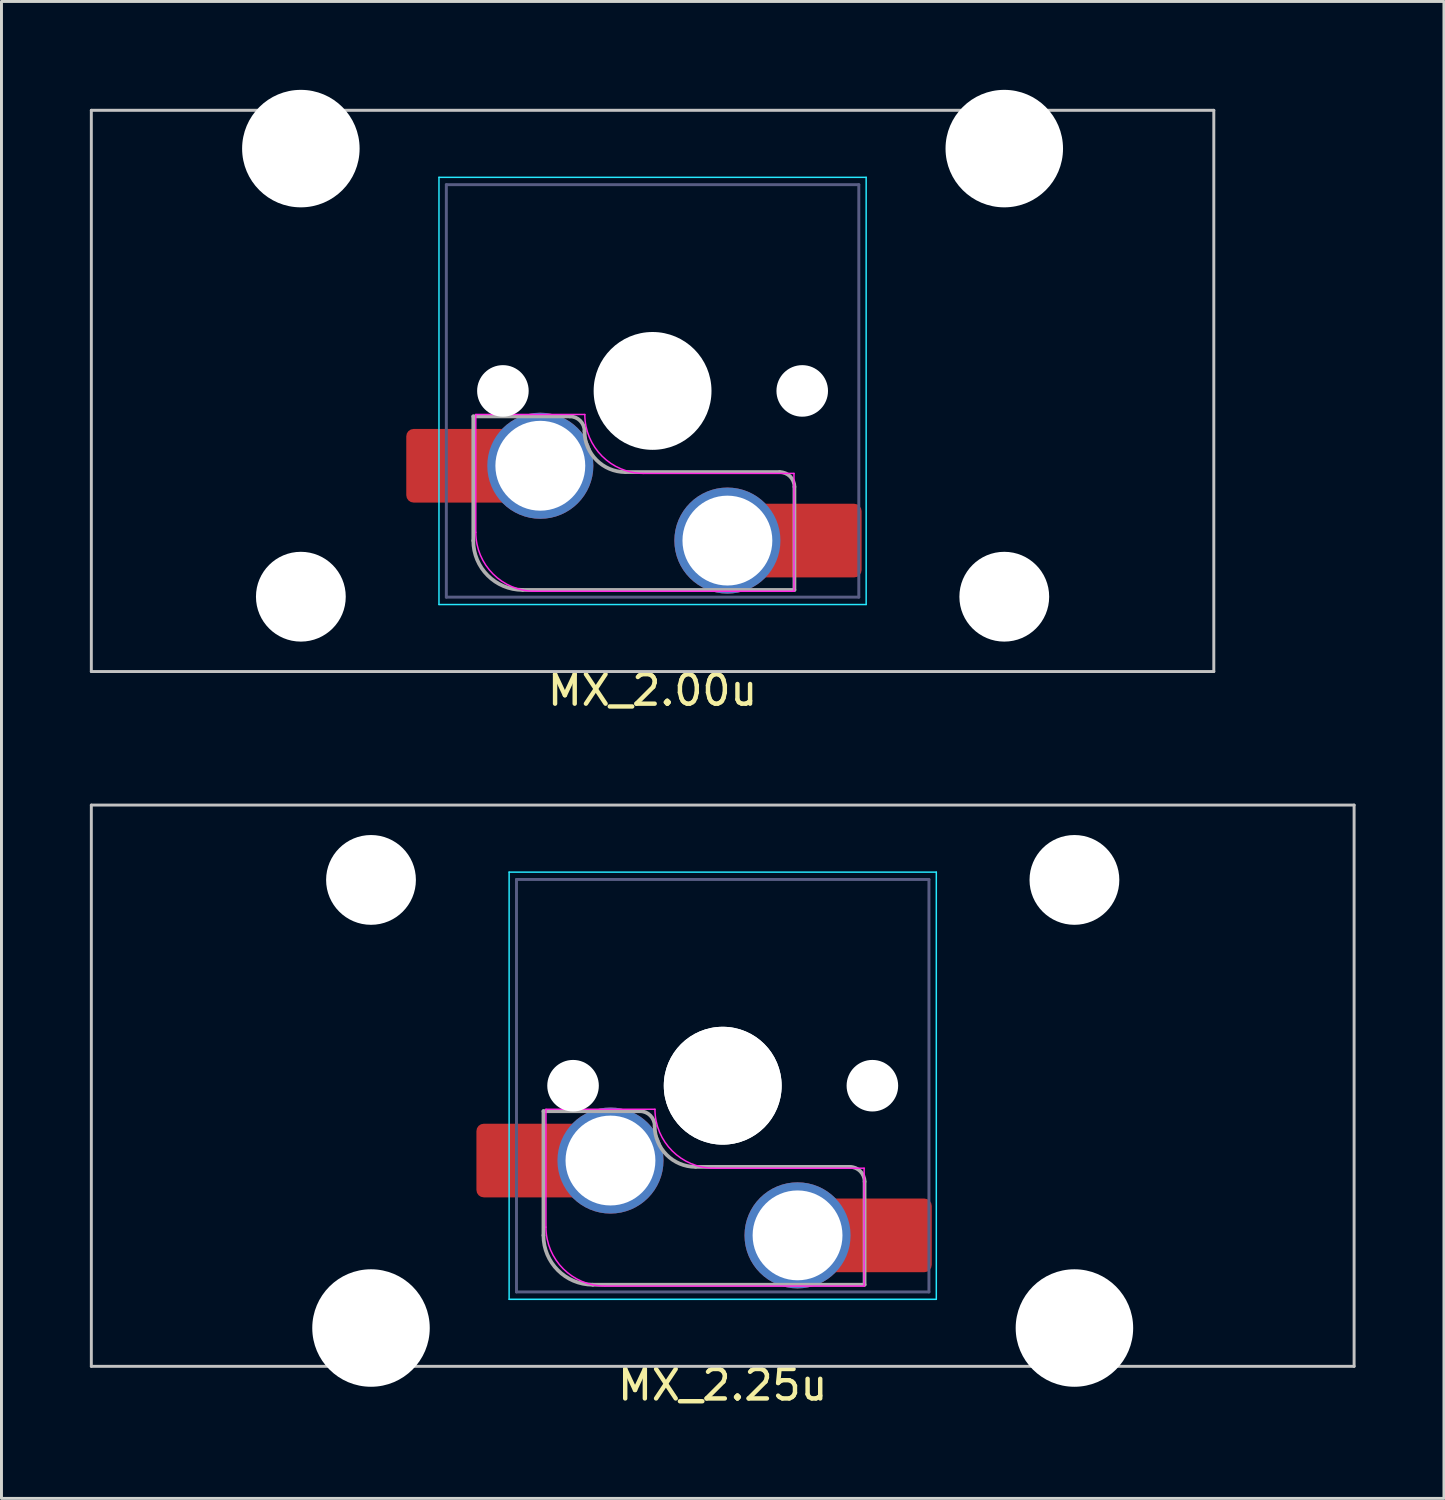
<source format=kicad_pcb>
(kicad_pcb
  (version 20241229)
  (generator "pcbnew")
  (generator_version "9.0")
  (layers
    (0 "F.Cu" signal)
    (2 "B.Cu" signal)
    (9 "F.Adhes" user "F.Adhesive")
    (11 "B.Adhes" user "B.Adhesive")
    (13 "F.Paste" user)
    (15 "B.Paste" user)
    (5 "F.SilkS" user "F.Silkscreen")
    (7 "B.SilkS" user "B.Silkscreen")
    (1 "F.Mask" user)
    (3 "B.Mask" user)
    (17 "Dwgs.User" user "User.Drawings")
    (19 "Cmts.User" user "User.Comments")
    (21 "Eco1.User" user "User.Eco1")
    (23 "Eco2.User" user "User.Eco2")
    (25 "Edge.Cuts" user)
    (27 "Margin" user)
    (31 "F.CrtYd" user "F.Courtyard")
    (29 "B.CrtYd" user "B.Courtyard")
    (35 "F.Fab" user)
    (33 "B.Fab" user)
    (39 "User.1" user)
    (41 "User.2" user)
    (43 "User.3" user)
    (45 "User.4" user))
  (footprint "MX_2.25u"
    (layer "F.Cu")
    (at 20.846 37.612)
    (property "Reference" "MX_2.25u" (at 0.635 6.35 0) (layer "F.SilkS") (effects (font (size 1 1) (thickness 0.15))))
    (attr smd)
    (fp_line (start -20.796 -13.335) (end -20.796 5.715) (stroke (width 0.1) (type solid)) (layer "Dwgs.User"))
    (fp_line (start -20.796 5.715) (end 22.066 5.715) (stroke (width 0.1) (type solid)) (layer "Dwgs.User"))
    (fp_line (start 22.066 -13.335) (end -20.796 -13.335) (stroke (width 0.1) (type solid)) (layer "Dwgs.User"))
    (fp_line (start 22.066 5.715) (end 22.066 -13.335) (stroke (width 0.1) (type solid)) (layer "Dwgs.User"))
    (fp_line (start -14.678 -9.34) (end -14.678 2.96) (stroke (width 0.1) (type solid)) (layer "Eco1.User"))
    (fp_line (start -14.678 2.96) (end -7.928 2.96) (stroke (width 0.1) (type solid)) (layer "Eco1.User"))
    (fp_line (start -7.928 -9.34) (end -14.678 -9.34) (stroke (width 0.1) (type solid)) (layer "Eco1.User"))
    (fp_line (start -7.928 2.96) (end -7.928 -9.34) (stroke (width 0.1) (type solid)) (layer "Eco1.User"))
    (fp_line (start 9.198 -9.34) (end 9.198 2.96) (stroke (width 0.1) (type solid)) (layer "Eco1.User"))
    (fp_line (start 9.198 2.96) (end 15.948 2.96) (stroke (width 0.1) (type solid)) (layer "Eco1.User"))
    (fp_line (start 15.948 -9.34) (end 9.198 -9.34) (stroke (width 0.1) (type solid)) (layer "Eco1.User"))
    (fp_line (start 15.948 2.96) (end 15.948 -9.34) (stroke (width 0.1) (type solid)) (layer "Eco1.User"))
    (fp_line (start -6.615 -11.06) (end -6.615 3.44) (stroke (width 0.05) (type solid)) (layer "B.CrtYd"))
    (fp_line (start -6.615 3.44) (end 7.885 3.44) (stroke (width 0.05) (type solid)) (layer "B.CrtYd"))
    (fp_line (start 7.885 -11.06) (end -6.615 -11.06) (stroke (width 0.05) (type solid)) (layer "B.CrtYd"))
    (fp_line (start 7.885 3.44) (end 7.885 -11.06) (stroke (width 0.05) (type solid)) (layer "B.CrtYd"))
    (fp_line (start -5.365 0.99) (end -5.365 -3.01) (stroke (width 0.05) (type solid)) (layer "F.CrtYd"))
    (fp_line (start -1.665 -3.01) (end -5.365 -3.01) (stroke (width 0.05) (type solid)) (layer "F.CrtYd"))
    (fp_line (start 5.435 -1.01) (end 0.335 -1.01) (stroke (width 0.05) (type solid)) (layer "F.CrtYd"))
    (fp_line (start 5.435 -1.01) (end 5.435 2.99) (stroke (width 0.05) (type solid)) (layer "F.CrtYd"))
    (fp_line (start 5.435 2.99) (end -3.365 2.99) (stroke (width 0.05) (type solid)) (layer "F.CrtYd"))
    (fp_arc (start -3.365 2.99) (mid -4.779214 2.404214) (end -5.365 0.99) (stroke (width 0.05) (type solid)) (layer "F.CrtYd"))
    (fp_arc (start 0.335 -1.01) (mid -1.079214 -1.595786) (end -1.665 -3.01) (stroke (width 0.05) (type solid)) (layer "F.CrtYd"))
    (fp_line (start -6.365 -10.81) (end -6.365 3.19) (stroke (width 0.1) (type solid)) (layer "B.Fab"))
    (fp_line (start -6.365 3.19) (end 7.635 3.19) (stroke (width 0.1) (type solid)) (layer "B.Fab"))
    (fp_line (start 7.635 -10.81) (end -6.365 -10.81) (stroke (width 0.1) (type solid)) (layer "B.Fab"))
    (fp_line (start 7.635 3.19) (end 7.635 -10.81) (stroke (width 0.1) (type solid)) (layer "B.Fab"))
    (fp_line (start -5.45 -2.945) (end -2.175 -2.945) (stroke (width 0.127) (type solid)) (layer "F.Fab"))
    (fp_line (start -5.45 1.27) (end -5.45 -2.945) (stroke (width 0.127) (type solid)) (layer "F.Fab"))
    (fp_line (start -0.285 -1.055) (end 4.95 -1.055) (stroke (width 0.127) (type solid)) (layer "F.Fab"))
    (fp_line (start 5.45 -0.555) (end 5.45 2.945) (stroke (width 0.127) (type solid)) (layer "F.Fab"))
    (fp_line (start 5.45 2.945) (end -3.775 2.945) (stroke (width 0.127) (type solid)) (layer "F.Fab"))
    (fp_arc (start -3.775 2.945) (mid -4.959404 2.454404) (end -5.45 1.27) (stroke (width 0.127) (type solid)) (layer "F.Fab"))
    (fp_arc (start -2.175 -2.945) (mid -1.821447 -2.798553) (end -1.675 -2.445) (stroke (width 0.127) (type solid)) (layer "F.Fab"))
    (fp_arc (start -0.285 -1.055) (mid -1.267878 -1.462122) (end -1.675 -2.445) (stroke (width 0.127) (type solid)) (layer "F.Fab"))
    (fp_arc (start 4.95 -1.055) (mid 5.303553 -0.908553) (end 5.45 -0.555) (stroke (width 0.127) (type solid)) (layer "F.Fab"))
    (pad "" np_thru_hole circle (at -11.303 -10.795) (size 3.048 3.048) (drill 3.048) (layers "*.Cu" "*.Mask"))
    (pad "" np_thru_hole circle (at -11.303 4.415) (size 3.988 3.988) (drill 3.988) (layers "*.Cu" "*.Mask"))
    (pad "" np_thru_hole circle (at -4.445 -3.81 180) (size 1.75 1.75) (drill 1.75) (layers "*.Cu" "*.Mask"))
    (pad "" np_thru_hole circle (at 0.635 -3.81 180) (size 4 4) (drill 4) (layers "*.Cu" "*.Mask"))
    (pad "" np_thru_hole circle (at 0.635 -3.81 180) (size 4 4) (drill 4) (layers "*.Cu" "*.Mask"))
    (pad "" np_thru_hole circle (at 5.715 -3.81 180) (size 1.75 1.75) (drill 1.75) (layers "*.Cu" "*.Mask"))
    (pad "" np_thru_hole circle (at 12.573 -10.795) (size 3.048 3.048) (drill 3.048) (layers "*.Cu" "*.Mask"))
    (pad "" np_thru_hole circle (at 12.573 4.415) (size 3.988 3.988) (drill 3.988) (layers "*.Cu" "*.Mask"))
    (pad "1" smd roundrect (at -5.95 -1.27 180) (size 3.55 2.5) (layers "F.Cu") (roundrect_rratio 0.1))
    (pad "1" thru_hole circle (at -3.175 -1.27 180) (size 3.6 3.6) (drill 3.05) (layers "*.Cu" "*.Mask"))
    (pad "2" thru_hole circle (at 3.175 1.27 180) (size 3.6 3.6) (drill 3.05) (layers "*.Cu" "*.Mask"))
    (pad "2" smd roundrect (at 5.955 1.27 180) (size 3.55 2.5) (layers "F.Cu") (roundrect_rratio 0.1)))
  (footprint "MX_2.00u"
    (layer "F.Cu")
    (at 18.465 14.029)
    (property "Reference" "MX_2.00u" (at 0.635 6.35 0) (layer "F.SilkS") (effects (font (size 1 1) (thickness 0.15))))
    (attr smd)
    (fp_line (start -18.415 -13.335) (end -18.415 5.715) (stroke (width 0.1) (type solid)) (layer "Dwgs.User"))
    (fp_line (start -18.415 5.715) (end 19.685 5.715) (stroke (width 0.1) (type solid)) (layer "Dwgs.User"))
    (fp_line (start 19.685 -13.335) (end -18.415 -13.335) (stroke (width 0.1) (type solid)) (layer "Dwgs.User"))
    (fp_line (start 19.685 5.715) (end 19.685 -13.335) (stroke (width 0.1) (type solid)) (layer "Dwgs.User"))
    (fp_line (start -14.678 -10.58) (end -14.678 1.72) (stroke (width 0.1) (type solid)) (layer "Eco1.User"))
    (fp_line (start -14.678 1.72) (end -7.928 1.72) (stroke (width 0.1) (type solid)) (layer "Eco1.User"))
    (fp_line (start -7.928 -10.58) (end -14.678 -10.58) (stroke (width 0.1) (type solid)) (layer "Eco1.User"))
    (fp_line (start -7.928 1.72) (end -7.928 -10.58) (stroke (width 0.1) (type solid)) (layer "Eco1.User"))
    (fp_line (start 9.198 -10.58) (end 9.198 1.72) (stroke (width 0.1) (type solid)) (layer "Eco1.User"))
    (fp_line (start 9.198 1.72) (end 15.948 1.72) (stroke (width 0.1) (type solid)) (layer "Eco1.User"))
    (fp_line (start 15.948 -10.58) (end 9.198 -10.58) (stroke (width 0.1) (type solid)) (layer "Eco1.User"))
    (fp_line (start 15.948 1.72) (end 15.948 -10.58) (stroke (width 0.1) (type solid)) (layer "Eco1.User"))
    (fp_line (start -6.615 -11.06) (end -6.615 3.44) (stroke (width 0.05) (type solid)) (layer "B.CrtYd"))
    (fp_line (start -6.615 3.44) (end 7.885 3.44) (stroke (width 0.05) (type solid)) (layer "B.CrtYd"))
    (fp_line (start 7.885 -11.06) (end -6.615 -11.06) (stroke (width 0.05) (type solid)) (layer "B.CrtYd"))
    (fp_line (start 7.885 3.44) (end 7.885 -11.06) (stroke (width 0.05) (type solid)) (layer "B.CrtYd"))
    (fp_line (start -5.365 0.99) (end -5.365 -3.01) (stroke (width 0.05) (type solid)) (layer "F.CrtYd"))
    (fp_line (start -1.665 -3.01) (end -5.365 -3.01) (stroke (width 0.05) (type solid)) (layer "F.CrtYd"))
    (fp_line (start 5.435 -1.01) (end 0.335 -1.01) (stroke (width 0.05) (type solid)) (layer "F.CrtYd"))
    (fp_line (start 5.435 -1.01) (end 5.435 2.99) (stroke (width 0.05) (type solid)) (layer "F.CrtYd"))
    (fp_line (start 5.435 2.99) (end -3.365 2.99) (stroke (width 0.05) (type solid)) (layer "F.CrtYd"))
    (fp_arc (start -3.365 2.99) (mid -4.779214 2.404214) (end -5.365 0.99) (stroke (width 0.05) (type solid)) (layer "F.CrtYd"))
    (fp_arc (start 0.335 -1.01) (mid -1.079214 -1.595786) (end -1.665 -3.01) (stroke (width 0.05) (type solid)) (layer "F.CrtYd"))
    (fp_line (start -6.365 -10.81) (end -6.365 3.19) (stroke (width 0.1) (type solid)) (layer "B.Fab"))
    (fp_line (start -6.365 3.19) (end 7.635 3.19) (stroke (width 0.1) (type solid)) (layer "B.Fab"))
    (fp_line (start 7.635 -10.81) (end -6.365 -10.81) (stroke (width 0.1) (type solid)) (layer "B.Fab"))
    (fp_line (start 7.635 3.19) (end 7.635 -10.81) (stroke (width 0.1) (type solid)) (layer "B.Fab"))
    (fp_line (start -5.45 -2.945) (end -2.175 -2.945) (stroke (width 0.127) (type solid)) (layer "F.Fab"))
    (fp_line (start -5.45 1.27) (end -5.45 -2.945) (stroke (width 0.127) (type solid)) (layer "F.Fab"))
    (fp_line (start -0.285 -1.055) (end 4.95 -1.055) (stroke (width 0.127) (type solid)) (layer "F.Fab"))
    (fp_line (start 5.45 -0.555) (end 5.45 2.945) (stroke (width 0.127) (type solid)) (layer "F.Fab"))
    (fp_line (start 5.45 2.945) (end -3.775 2.945) (stroke (width 0.127) (type solid)) (layer "F.Fab"))
    (fp_arc (start -3.775 2.945) (mid -4.959404 2.454404) (end -5.45 1.27) (stroke (width 0.127) (type solid)) (layer "F.Fab"))
    (fp_arc (start -2.175 -2.945) (mid -1.821447 -2.798553) (end -1.675 -2.445) (stroke (width 0.127) (type solid)) (layer "F.Fab"))
    (fp_arc (start -0.285 -1.055) (mid -1.267878 -1.462122) (end -1.675 -2.445) (stroke (width 0.127) (type solid)) (layer "F.Fab"))
    (fp_arc (start 4.95 -1.055) (mid 5.303553 -0.908553) (end 5.45 -0.555) (stroke (width 0.127) (type solid)) (layer "F.Fab"))
    (pad "" np_thru_hole circle (at -11.303 -12.035 180) (size 3.988 3.988) (drill 3.988) (layers "*.Cu" "*.Mask"))
    (pad "" np_thru_hole circle (at -11.303 3.175 180) (size 3.048 3.048) (drill 3.048) (layers "*.Cu" "*.Mask"))
    (pad "" np_thru_hole circle (at -4.445 -3.81 180) (size 1.75 1.75) (drill 1.75) (layers "*.Cu" "*.Mask"))
    (pad "" np_thru_hole circle (at 0.635 -3.81 180) (size 4 4) (drill 4) (layers "*.Cu" "*.Mask"))
    (pad "" np_thru_hole circle (at 5.715 -3.81 180) (size 1.75 1.75) (drill 1.75) (layers "*.Cu" "*.Mask"))
    (pad "" np_thru_hole circle (at 12.573 -12.035 180) (size 3.988 3.988) (drill 3.988) (layers "*.Cu" "*.Mask"))
    (pad "" np_thru_hole circle (at 12.573 3.175 180) (size 3.048 3.048) (drill 3.048) (layers "*.Cu" "*.Mask"))
    (pad "1" smd roundrect (at -5.95 -1.27 180) (size 3.55 2.5) (layers "F.Cu") (roundrect_rratio 0.1))
    (pad "1" thru_hole circle (at -3.175 -1.27 180) (size 3.6 3.6) (drill 3.05) (layers "*.Cu" "*.Mask"))
    (pad "2" thru_hole circle (at 3.175 1.27 180) (size 3.6 3.6) (drill 3.05) (layers "*.Cu" "*.Mask"))
    (pad "2" smd roundrect (at 5.955 1.27 180) (size 3.55 2.5) (layers "F.Cu") (roundrect_rratio 0.1)))
  (gr_rect
    (start -3 -3)
    (end 45.962 47.81)
    (stroke (width 0.1) (type default))
    (fill no)
    (layer "Edge.Cuts")))
</source>
